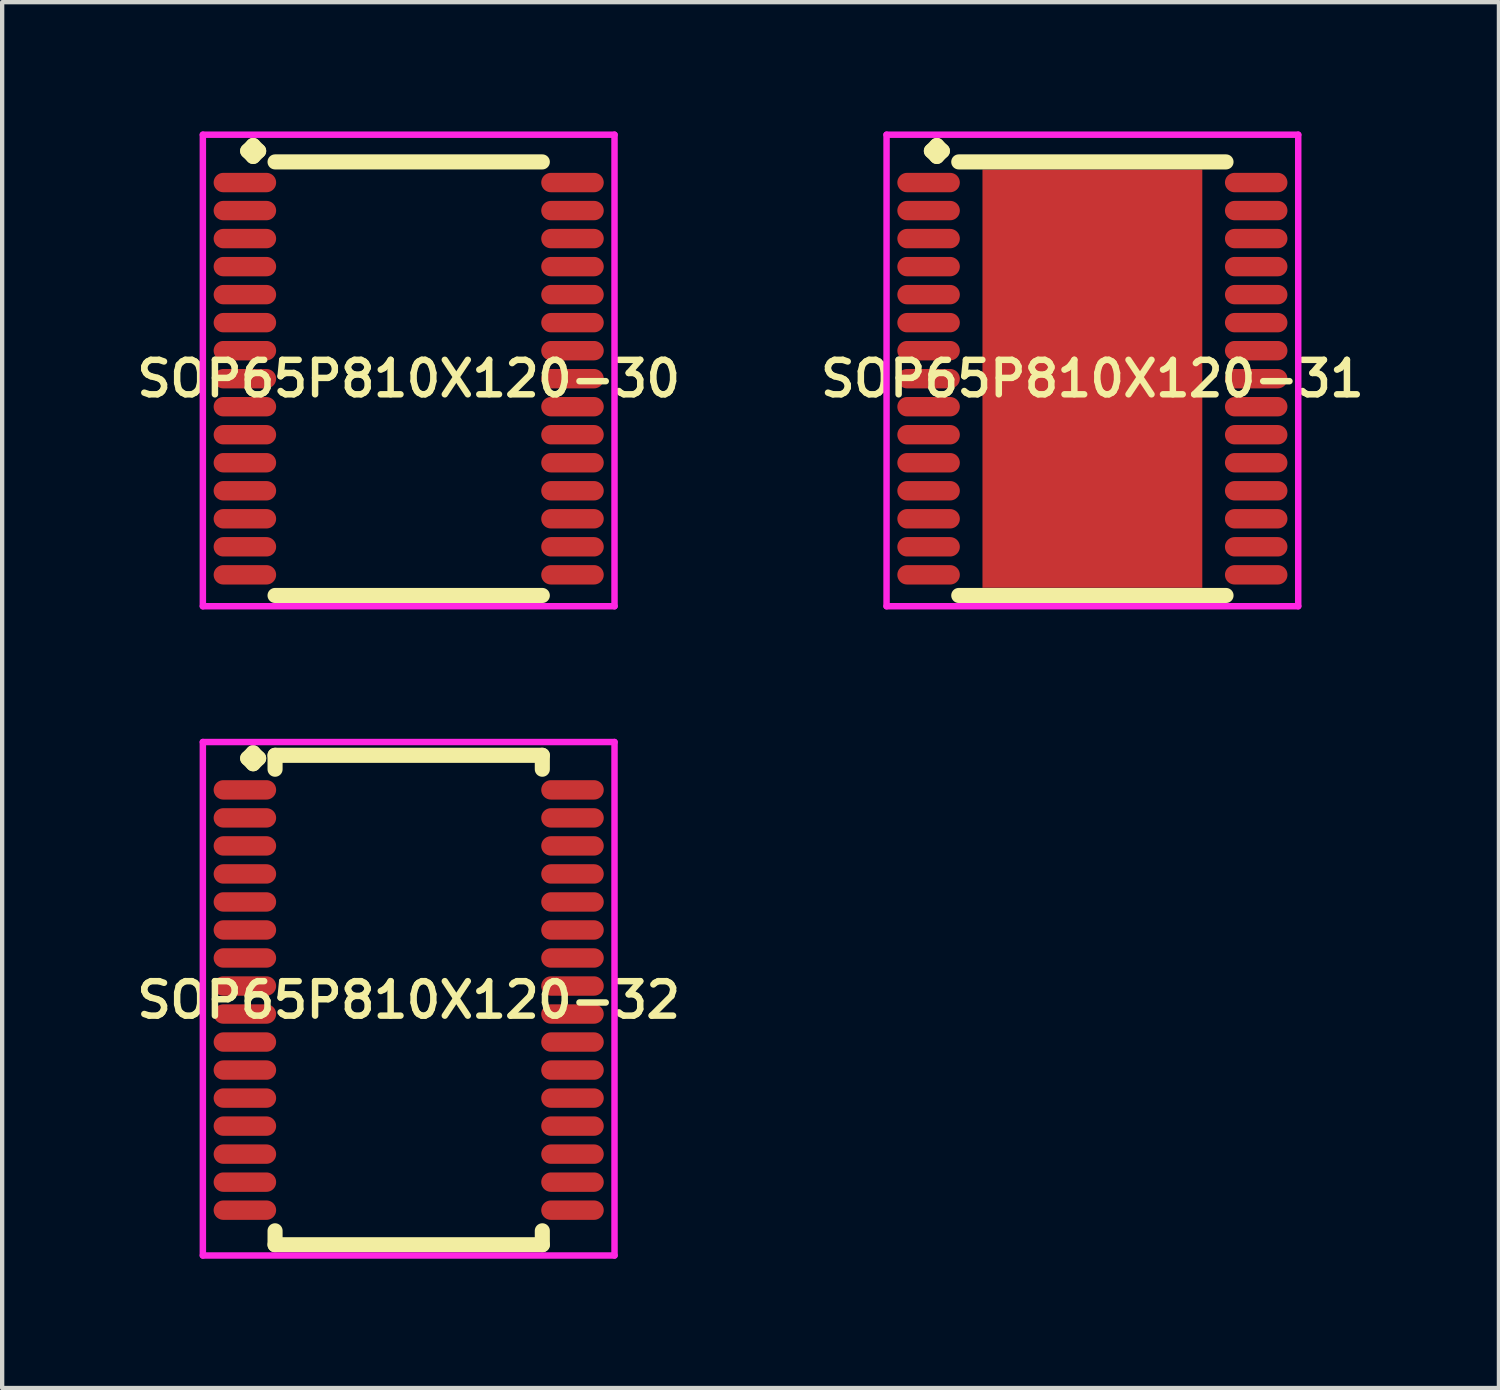
<source format=kicad_pcb>
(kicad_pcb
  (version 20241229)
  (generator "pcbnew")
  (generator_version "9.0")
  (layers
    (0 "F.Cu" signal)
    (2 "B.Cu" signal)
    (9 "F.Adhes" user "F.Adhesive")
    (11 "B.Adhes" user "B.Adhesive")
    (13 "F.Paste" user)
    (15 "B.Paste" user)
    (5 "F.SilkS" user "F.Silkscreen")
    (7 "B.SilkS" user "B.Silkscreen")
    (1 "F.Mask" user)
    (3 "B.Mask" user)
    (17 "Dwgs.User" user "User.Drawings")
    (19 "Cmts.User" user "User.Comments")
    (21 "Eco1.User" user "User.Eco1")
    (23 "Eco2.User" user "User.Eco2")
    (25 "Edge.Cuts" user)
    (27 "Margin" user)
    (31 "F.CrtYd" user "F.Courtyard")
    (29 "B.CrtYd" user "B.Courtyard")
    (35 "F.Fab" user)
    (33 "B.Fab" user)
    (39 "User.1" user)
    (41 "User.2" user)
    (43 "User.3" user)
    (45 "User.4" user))
  (footprint "SOP65P810X120-31"
    (layer "F.Cu")
    (at 22.292 5.735)
    (property "Reference" "SOP65P810X120-31" (at 0 0 0) (layer "F.SilkS") (effects (font (size 0.8 0.8) (thickness 0.15))))
    (attr smd)
    (fp_line (start -3.735 -5.283) (end -3.608 -5.41) (stroke (width 0.35) (type solid)) (layer "F.SilkS"))
    (fp_line (start -3.608 -5.41) (end -3.481 -5.283) (stroke (width 0.35) (type solid)) (layer "F.SilkS"))
    (fp_line (start -3.608 -5.156) (end -3.735 -5.283) (stroke (width 0.35) (type solid)) (layer "F.SilkS"))
    (fp_line (start -3.481 -5.283) (end -3.608 -5.156) (stroke (width 0.35) (type solid)) (layer "F.SilkS"))
    (fp_line (start -3.1 -5.029) (end 3.1 -5.029) (stroke (width 0.35) (type solid)) (layer "F.SilkS"))
    (fp_line (start -3.1 5.029) (end 3.1 5.029) (stroke (width 0.35) (type solid)) (layer "F.SilkS"))
    (fp_line (start -4.775 -5.66) (end 4.775 -5.66) (stroke (width 0.15) (type solid)) (layer "F.CrtYd"))
    (fp_line (start -4.775 5.279) (end -4.775 -5.66) (stroke (width 0.15) (type solid)) (layer "F.CrtYd"))
    (fp_line (start 4.775 -5.66) (end 4.775 5.279) (stroke (width 0.15) (type solid)) (layer "F.CrtYd"))
    (fp_line (start 4.775 5.279) (end -4.775 5.279) (stroke (width 0.15) (type solid)) (layer "F.CrtYd"))
    (pad "1" smd oval (at -3.8 -4.55) (size 1.45 0.45) (layers "F.Cu" "F.Mask" "F.Paste"))
    (pad "2" smd oval (at -3.8 -3.9) (size 1.45 0.45) (layers "F.Cu" "F.Mask" "F.Paste"))
    (pad "3" smd oval (at -3.8 -3.25) (size 1.45 0.45) (layers "F.Cu" "F.Mask" "F.Paste"))
    (pad "4" smd oval (at -3.8 -2.6) (size 1.45 0.45) (layers "F.Cu" "F.Mask" "F.Paste"))
    (pad "5" smd oval (at -3.8 -1.95) (size 1.45 0.45) (layers "F.Cu" "F.Mask" "F.Paste"))
    (pad "6" smd oval (at -3.8 -1.3) (size 1.45 0.45) (layers "F.Cu" "F.Mask" "F.Paste"))
    (pad "7" smd oval (at -3.8 -0.65) (size 1.45 0.45) (layers "F.Cu" "F.Mask" "F.Paste"))
    (pad "8" smd oval (at -3.8 0) (size 1.45 0.45) (layers "F.Cu" "F.Mask" "F.Paste"))
    (pad "9" smd oval (at -3.8 0.65) (size 1.45 0.45) (layers "F.Cu" "F.Mask" "F.Paste"))
    (pad "10" smd oval (at -3.8 1.3) (size 1.45 0.45) (layers "F.Cu" "F.Mask" "F.Paste"))
    (pad "11" smd oval (at -3.8 1.95) (size 1.45 0.45) (layers "F.Cu" "F.Mask" "F.Paste"))
    (pad "12" smd oval (at -3.8 2.6) (size 1.45 0.45) (layers "F.Cu" "F.Mask" "F.Paste"))
    (pad "13" smd oval (at -3.8 3.25) (size 1.45 0.45) (layers "F.Cu" "F.Mask" "F.Paste"))
    (pad "14" smd oval (at -3.8 3.9) (size 1.45 0.45) (layers "F.Cu" "F.Mask" "F.Paste"))
    (pad "15" smd oval (at -3.8 4.55) (size 1.45 0.45) (layers "F.Cu" "F.Mask" "F.Paste"))
    (pad "16" smd oval (at 3.8 4.55) (size 1.45 0.45) (layers "F.Cu" "F.Mask" "F.Paste"))
    (pad "17" smd oval (at 3.8 3.9) (size 1.45 0.45) (layers "F.Cu" "F.Mask" "F.Paste"))
    (pad "18" smd oval (at 3.8 3.25) (size 1.45 0.45) (layers "F.Cu" "F.Mask" "F.Paste"))
    (pad "19" smd oval (at 3.8 2.6) (size 1.45 0.45) (layers "F.Cu" "F.Mask" "F.Paste"))
    (pad "20" smd oval (at 3.8 1.95) (size 1.45 0.45) (layers "F.Cu" "F.Mask" "F.Paste"))
    (pad "21" smd oval (at 3.8 1.3) (size 1.45 0.45) (layers "F.Cu" "F.Mask" "F.Paste"))
    (pad "22" smd oval (at 3.8 0.65) (size 1.45 0.45) (layers "F.Cu" "F.Mask" "F.Paste"))
    (pad "23" smd oval (at 3.8 0) (size 1.45 0.45) (layers "F.Cu" "F.Mask" "F.Paste"))
    (pad "24" smd oval (at 3.8 -0.65) (size 1.45 0.45) (layers "F.Cu" "F.Mask" "F.Paste"))
    (pad "25" smd oval (at 3.8 -1.3) (size 1.45 0.45) (layers "F.Cu" "F.Mask" "F.Paste"))
    (pad "26" smd oval (at 3.8 -1.95) (size 1.45 0.45) (layers "F.Cu" "F.Mask" "F.Paste"))
    (pad "27" smd oval (at 3.8 -2.6) (size 1.45 0.45) (layers "F.Cu" "F.Mask" "F.Paste"))
    (pad "28" smd oval (at 3.8 -3.25) (size 1.45 0.45) (layers "F.Cu" "F.Mask" "F.Paste"))
    (pad "29" smd oval (at 3.8 -3.9) (size 1.45 0.45) (layers "F.Cu" "F.Mask" "F.Paste"))
    (pad "30" smd oval (at 3.8 -4.55) (size 1.45 0.45) (layers "F.Cu" "F.Mask" "F.Paste"))
    (pad "31" smd rect (at 0 0) (size 5.1 9.7) (layers "F.Cu" "F.Mask" "F.Paste")))
  (footprint "SOP65P810X120-30"
    (layer "F.Cu")
    (at 6.431 5.735)
    (property "Reference" "SOP65P810X120-30" (at 0 0 0) (layer "F.SilkS") (effects (font (size 0.8 0.8) (thickness 0.15))))
    (attr smd)
    (fp_line (start -3.735 -5.283) (end -3.608 -5.41) (stroke (width 0.35) (type solid)) (layer "F.SilkS"))
    (fp_line (start -3.608 -5.41) (end -3.481 -5.283) (stroke (width 0.35) (type solid)) (layer "F.SilkS"))
    (fp_line (start -3.608 -5.156) (end -3.735 -5.283) (stroke (width 0.35) (type solid)) (layer "F.SilkS"))
    (fp_line (start -3.481 -5.283) (end -3.608 -5.156) (stroke (width 0.35) (type solid)) (layer "F.SilkS"))
    (fp_line (start -3.1 -5.029) (end 3.1 -5.029) (stroke (width 0.35) (type solid)) (layer "F.SilkS"))
    (fp_line (start -3.1 5.029) (end 3.1 5.029) (stroke (width 0.35) (type solid)) (layer "F.SilkS"))
    (fp_line (start -4.775 -5.66) (end 4.775 -5.66) (stroke (width 0.15) (type solid)) (layer "F.CrtYd"))
    (fp_line (start -4.775 5.279) (end -4.775 -5.66) (stroke (width 0.15) (type solid)) (layer "F.CrtYd"))
    (fp_line (start 4.775 -5.66) (end 4.775 5.279) (stroke (width 0.15) (type solid)) (layer "F.CrtYd"))
    (fp_line (start 4.775 5.279) (end -4.775 5.279) (stroke (width 0.15) (type solid)) (layer "F.CrtYd"))
    (pad "1" smd oval (at -3.8 -4.55) (size 1.45 0.45) (layers "F.Cu" "F.Mask" "F.Paste"))
    (pad "2" smd oval (at -3.8 -3.9) (size 1.45 0.45) (layers "F.Cu" "F.Mask" "F.Paste"))
    (pad "3" smd oval (at -3.8 -3.25) (size 1.45 0.45) (layers "F.Cu" "F.Mask" "F.Paste"))
    (pad "4" smd oval (at -3.8 -2.6) (size 1.45 0.45) (layers "F.Cu" "F.Mask" "F.Paste"))
    (pad "5" smd oval (at -3.8 -1.95) (size 1.45 0.45) (layers "F.Cu" "F.Mask" "F.Paste"))
    (pad "6" smd oval (at -3.8 -1.3) (size 1.45 0.45) (layers "F.Cu" "F.Mask" "F.Paste"))
    (pad "7" smd oval (at -3.8 -0.65) (size 1.45 0.45) (layers "F.Cu" "F.Mask" "F.Paste"))
    (pad "8" smd oval (at -3.8 0) (size 1.45 0.45) (layers "F.Cu" "F.Mask" "F.Paste"))
    (pad "9" smd oval (at -3.8 0.65) (size 1.45 0.45) (layers "F.Cu" "F.Mask" "F.Paste"))
    (pad "10" smd oval (at -3.8 1.3) (size 1.45 0.45) (layers "F.Cu" "F.Mask" "F.Paste"))
    (pad "11" smd oval (at -3.8 1.95) (size 1.45 0.45) (layers "F.Cu" "F.Mask" "F.Paste"))
    (pad "12" smd oval (at -3.8 2.6) (size 1.45 0.45) (layers "F.Cu" "F.Mask" "F.Paste"))
    (pad "13" smd oval (at -3.8 3.25) (size 1.45 0.45) (layers "F.Cu" "F.Mask" "F.Paste"))
    (pad "14" smd oval (at -3.8 3.9) (size 1.45 0.45) (layers "F.Cu" "F.Mask" "F.Paste"))
    (pad "15" smd oval (at -3.8 4.55) (size 1.45 0.45) (layers "F.Cu" "F.Mask" "F.Paste"))
    (pad "16" smd oval (at 3.8 4.55) (size 1.45 0.45) (layers "F.Cu" "F.Mask" "F.Paste"))
    (pad "17" smd oval (at 3.8 3.9) (size 1.45 0.45) (layers "F.Cu" "F.Mask" "F.Paste"))
    (pad "18" smd oval (at 3.8 3.25) (size 1.45 0.45) (layers "F.Cu" "F.Mask" "F.Paste"))
    (pad "19" smd oval (at 3.8 2.6) (size 1.45 0.45) (layers "F.Cu" "F.Mask" "F.Paste"))
    (pad "20" smd oval (at 3.8 1.95) (size 1.45 0.45) (layers "F.Cu" "F.Mask" "F.Paste"))
    (pad "21" smd oval (at 3.8 1.3) (size 1.45 0.45) (layers "F.Cu" "F.Mask" "F.Paste"))
    (pad "22" smd oval (at 3.8 0.65) (size 1.45 0.45) (layers "F.Cu" "F.Mask" "F.Paste"))
    (pad "23" smd oval (at 3.8 0) (size 1.45 0.45) (layers "F.Cu" "F.Mask" "F.Paste"))
    (pad "24" smd oval (at 3.8 -0.65) (size 1.45 0.45) (layers "F.Cu" "F.Mask" "F.Paste"))
    (pad "25" smd oval (at 3.8 -1.3) (size 1.45 0.45) (layers "F.Cu" "F.Mask" "F.Paste"))
    (pad "26" smd oval (at 3.8 -1.95) (size 1.45 0.45) (layers "F.Cu" "F.Mask" "F.Paste"))
    (pad "27" smd oval (at 3.8 -2.6) (size 1.45 0.45) (layers "F.Cu" "F.Mask" "F.Paste"))
    (pad "28" smd oval (at 3.8 -3.25) (size 1.45 0.45) (layers "F.Cu" "F.Mask" "F.Paste"))
    (pad "29" smd oval (at 3.8 -3.9) (size 1.45 0.45) (layers "F.Cu" "F.Mask" "F.Paste"))
    (pad "30" smd oval (at 3.8 -4.55) (size 1.45 0.45) (layers "F.Cu" "F.Mask" "F.Paste")))
  (footprint "SOP65P810X120-32"
    (layer "F.Cu")
    (at 6.431 20.149)
    (property "Reference" "SOP65P810X120-32" (at 0 0 0) (layer "F.SilkS") (effects (font (size 0.8 0.8) (thickness 0.15))))
    (attr smd)
    (fp_line (start -3.735 -5.608) (end -3.608 -5.735) (stroke (width 0.35) (type solid)) (layer "F.SilkS"))
    (fp_line (start -3.608 -5.735) (end -3.481 -5.608) (stroke (width 0.35) (type solid)) (layer "F.SilkS"))
    (fp_line (start -3.608 -5.481) (end -3.735 -5.608) (stroke (width 0.35) (type solid)) (layer "F.SilkS"))
    (fp_line (start -3.481 -5.608) (end -3.608 -5.481) (stroke (width 0.35) (type solid)) (layer "F.SilkS"))
    (fp_line (start -3.1 -5.677) (end 3.1 -5.677) (stroke (width 0.35) (type solid)) (layer "F.SilkS"))
    (fp_line (start -3.1 -5.354) (end -3.1 -5.677) (stroke (width 0.35) (type solid)) (layer "F.SilkS"))
    (fp_line (start -3.1 5.354) (end -3.1 5.677) (stroke (width 0.35) (type solid)) (layer "F.SilkS"))
    (fp_line (start -3.1 5.677) (end 3.1 5.677) (stroke (width 0.35) (type solid)) (layer "F.SilkS"))
    (fp_line (start 3.1 -5.677) (end 3.1 -5.354) (stroke (width 0.35) (type solid)) (layer "F.SilkS"))
    (fp_line (start 3.1 5.677) (end 3.1 5.354) (stroke (width 0.35) (type solid)) (layer "F.SilkS"))
    (fp_line (start -4.775 -5.985) (end 4.775 -5.985) (stroke (width 0.15) (type solid)) (layer "F.CrtYd"))
    (fp_line (start -4.775 5.927) (end -4.775 -5.985) (stroke (width 0.15) (type solid)) (layer "F.CrtYd"))
    (fp_line (start 4.775 -5.985) (end 4.775 5.927) (stroke (width 0.15) (type solid)) (layer "F.CrtYd"))
    (fp_line (start 4.775 5.927) (end -4.775 5.927) (stroke (width 0.15) (type solid)) (layer "F.CrtYd"))
    (pad "1" smd oval (at -3.8 -4.875) (size 1.45 0.45) (layers "F.Cu" "F.Mask" "F.Paste"))
    (pad "2" smd oval (at -3.8 -4.225) (size 1.45 0.45) (layers "F.Cu" "F.Mask" "F.Paste"))
    (pad "3" smd oval (at -3.8 -3.575) (size 1.45 0.45) (layers "F.Cu" "F.Mask" "F.Paste"))
    (pad "4" smd oval (at -3.8 -2.925) (size 1.45 0.45) (layers "F.Cu" "F.Mask" "F.Paste"))
    (pad "5" smd oval (at -3.8 -2.275) (size 1.45 0.45) (layers "F.Cu" "F.Mask" "F.Paste"))
    (pad "6" smd oval (at -3.8 -1.625) (size 1.45 0.45) (layers "F.Cu" "F.Mask" "F.Paste"))
    (pad "7" smd oval (at -3.8 -0.975) (size 1.45 0.45) (layers "F.Cu" "F.Mask" "F.Paste"))
    (pad "8" smd oval (at -3.8 -0.325) (size 1.45 0.45) (layers "F.Cu" "F.Mask" "F.Paste"))
    (pad "9" smd oval (at -3.8 0.325) (size 1.45 0.45) (layers "F.Cu" "F.Mask" "F.Paste"))
    (pad "10" smd oval (at -3.8 0.975) (size 1.45 0.45) (layers "F.Cu" "F.Mask" "F.Paste"))
    (pad "11" smd oval (at -3.8 1.625) (size 1.45 0.45) (layers "F.Cu" "F.Mask" "F.Paste"))
    (pad "12" smd oval (at -3.8 2.275) (size 1.45 0.45) (layers "F.Cu" "F.Mask" "F.Paste"))
    (pad "13" smd oval (at -3.8 2.925) (size 1.45 0.45) (layers "F.Cu" "F.Mask" "F.Paste"))
    (pad "14" smd oval (at -3.8 3.575) (size 1.45 0.45) (layers "F.Cu" "F.Mask" "F.Paste"))
    (pad "15" smd oval (at -3.8 4.225) (size 1.45 0.45) (layers "F.Cu" "F.Mask" "F.Paste"))
    (pad "16" smd oval (at -3.8 4.875) (size 1.45 0.45) (layers "F.Cu" "F.Mask" "F.Paste"))
    (pad "17" smd oval (at 3.8 4.875) (size 1.45 0.45) (layers "F.Cu" "F.Mask" "F.Paste"))
    (pad "18" smd oval (at 3.8 4.225) (size 1.45 0.45) (layers "F.Cu" "F.Mask" "F.Paste"))
    (pad "19" smd oval (at 3.8 3.575) (size 1.45 0.45) (layers "F.Cu" "F.Mask" "F.Paste"))
    (pad "20" smd oval (at 3.8 2.925) (size 1.45 0.45) (layers "F.Cu" "F.Mask" "F.Paste"))
    (pad "21" smd oval (at 3.8 2.275) (size 1.45 0.45) (layers "F.Cu" "F.Mask" "F.Paste"))
    (pad "22" smd oval (at 3.8 1.625) (size 1.45 0.45) (layers "F.Cu" "F.Mask" "F.Paste"))
    (pad "23" smd oval (at 3.8 0.975) (size 1.45 0.45) (layers "F.Cu" "F.Mask" "F.Paste"))
    (pad "24" smd oval (at 3.8 0.325) (size 1.45 0.45) (layers "F.Cu" "F.Mask" "F.Paste"))
    (pad "25" smd oval (at 3.8 -0.325) (size 1.45 0.45) (layers "F.Cu" "F.Mask" "F.Paste"))
    (pad "26" smd oval (at 3.8 -0.975) (size 1.45 0.45) (layers "F.Cu" "F.Mask" "F.Paste"))
    (pad "27" smd oval (at 3.8 -1.625) (size 1.45 0.45) (layers "F.Cu" "F.Mask" "F.Paste"))
    (pad "28" smd oval (at 3.8 -2.275) (size 1.45 0.45) (layers "F.Cu" "F.Mask" "F.Paste"))
    (pad "29" smd oval (at 3.8 -2.925) (size 1.45 0.45) (layers "F.Cu" "F.Mask" "F.Paste"))
    (pad "30" smd oval (at 3.8 -3.575) (size 1.45 0.45) (layers "F.Cu" "F.Mask" "F.Paste"))
    (pad "31" smd oval (at 3.8 -4.225) (size 1.45 0.45) (layers "F.Cu" "F.Mask" "F.Paste"))
    (pad "32" smd oval (at 3.8 -4.875) (size 1.45 0.45) (layers "F.Cu" "F.Mask" "F.Paste")))
  (gr_rect
    (start -3 -3)
    (end 31.723 29.151)
    (stroke (width 0.1) (type default))
    (fill no)
    (layer "Edge.Cuts")))
</source>
